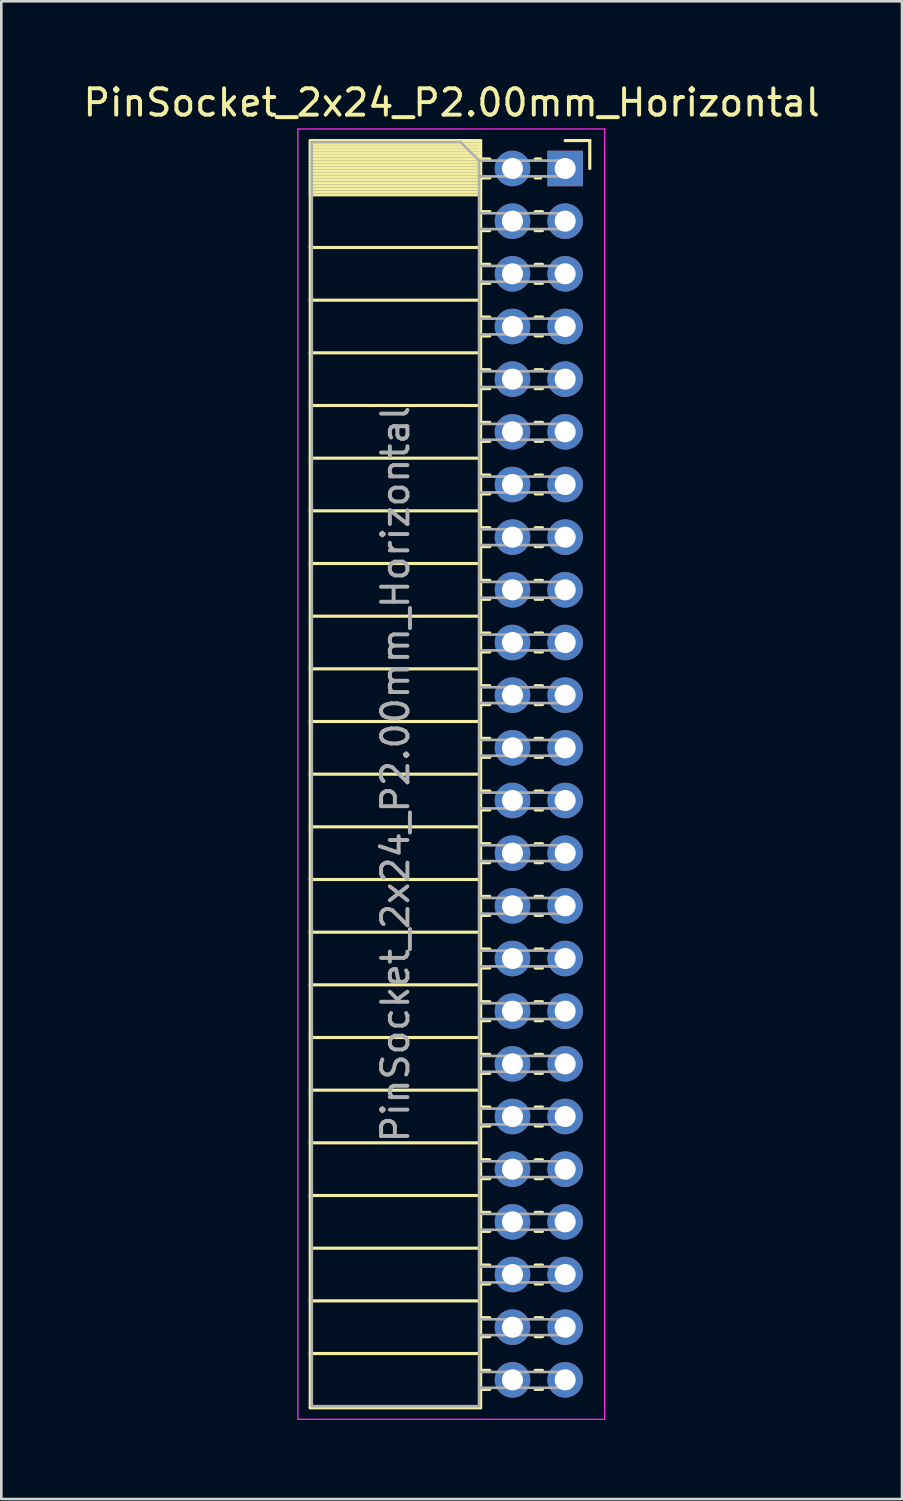
<source format=kicad_pcb>
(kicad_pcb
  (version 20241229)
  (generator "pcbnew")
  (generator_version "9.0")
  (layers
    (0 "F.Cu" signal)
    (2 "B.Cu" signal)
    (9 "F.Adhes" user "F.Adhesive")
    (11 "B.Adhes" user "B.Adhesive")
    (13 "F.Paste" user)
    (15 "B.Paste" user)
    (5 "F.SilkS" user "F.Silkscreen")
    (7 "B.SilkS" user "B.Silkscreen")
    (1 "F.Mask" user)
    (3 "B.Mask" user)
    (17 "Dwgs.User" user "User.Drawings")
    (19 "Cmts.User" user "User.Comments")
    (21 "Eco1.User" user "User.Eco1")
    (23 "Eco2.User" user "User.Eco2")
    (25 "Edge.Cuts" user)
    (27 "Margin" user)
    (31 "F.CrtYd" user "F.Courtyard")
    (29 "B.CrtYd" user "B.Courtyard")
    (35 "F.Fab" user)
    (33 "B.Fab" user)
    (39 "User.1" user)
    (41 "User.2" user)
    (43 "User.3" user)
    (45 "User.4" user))
  (footprint "PinSocket_2x24_P2.00mm_Horizontal"
    (layer "F.Cu")
    (at 18.411 3.348)
    (property "Reference" "PinSocket_2x24_P2.00mm_Horizontal" (at -4.31 -2.5 0) (layer "F.SilkS") (effects (font (size 1 1) (thickness 0.15))))
    (attr through_hole)
    (fp_line (start -9.68 -1.06) (end -9.68 47.06) (stroke (width 0.12) (type solid)) (layer "F.SilkS"))
    (fp_line (start -9.68 -1.06) (end -3.21 -1.06) (stroke (width 0.12) (type solid)) (layer "F.SilkS"))
    (fp_line (start -9.68 -0.94) (end -3.21 -0.94) (stroke (width 0.12) (type solid)) (layer "F.SilkS"))
    (fp_line (start -9.68 -0.826) (end -3.21 -0.826) (stroke (width 0.12) (type solid)) (layer "F.SilkS"))
    (fp_line (start -9.68 -0.712) (end -3.21 -0.712) (stroke (width 0.12) (type solid)) (layer "F.SilkS"))
    (fp_line (start -9.68 -0.598) (end -3.21 -0.598) (stroke (width 0.12) (type solid)) (layer "F.SilkS"))
    (fp_line (start -9.68 -0.484) (end -3.21 -0.484) (stroke (width 0.12) (type solid)) (layer "F.SilkS"))
    (fp_line (start -9.68 -0.369) (end -3.21 -0.369) (stroke (width 0.12) (type solid)) (layer "F.SilkS"))
    (fp_line (start -9.68 -0.255) (end -3.21 -0.255) (stroke (width 0.12) (type solid)) (layer "F.SilkS"))
    (fp_line (start -9.68 -0.141) (end -3.21 -0.141) (stroke (width 0.12) (type solid)) (layer "F.SilkS"))
    (fp_line (start -9.68 -0.027) (end -3.21 -0.027) (stroke (width 0.12) (type solid)) (layer "F.SilkS"))
    (fp_line (start -9.68 0.087) (end -3.21 0.087) (stroke (width 0.12) (type solid)) (layer "F.SilkS"))
    (fp_line (start -9.68 0.201) (end -3.21 0.201) (stroke (width 0.12) (type solid)) (layer "F.SilkS"))
    (fp_line (start -9.68 0.315) (end -3.21 0.315) (stroke (width 0.12) (type solid)) (layer "F.SilkS"))
    (fp_line (start -9.68 0.429) (end -3.21 0.429) (stroke (width 0.12) (type solid)) (layer "F.SilkS"))
    (fp_line (start -9.68 0.544) (end -3.21 0.544) (stroke (width 0.12) (type solid)) (layer "F.SilkS"))
    (fp_line (start -9.68 0.658) (end -3.21 0.658) (stroke (width 0.12) (type solid)) (layer "F.SilkS"))
    (fp_line (start -9.68 0.772) (end -3.21 0.772) (stroke (width 0.12) (type solid)) (layer "F.SilkS"))
    (fp_line (start -9.68 0.886) (end -3.21 0.886) (stroke (width 0.12) (type solid)) (layer "F.SilkS"))
    (fp_line (start -9.68 1) (end -3.21 1) (stroke (width 0.12) (type solid)) (layer "F.SilkS"))
    (fp_line (start -9.68 3) (end -3.21 3) (stroke (width 0.12) (type solid)) (layer "F.SilkS"))
    (fp_line (start -9.68 5) (end -3.21 5) (stroke (width 0.12) (type solid)) (layer "F.SilkS"))
    (fp_line (start -9.68 7) (end -3.21 7) (stroke (width 0.12) (type solid)) (layer "F.SilkS"))
    (fp_line (start -9.68 9) (end -3.21 9) (stroke (width 0.12) (type solid)) (layer "F.SilkS"))
    (fp_line (start -9.68 11) (end -3.21 11) (stroke (width 0.12) (type solid)) (layer "F.SilkS"))
    (fp_line (start -9.68 13) (end -3.21 13) (stroke (width 0.12) (type solid)) (layer "F.SilkS"))
    (fp_line (start -9.68 15) (end -3.21 15) (stroke (width 0.12) (type solid)) (layer "F.SilkS"))
    (fp_line (start -9.68 17) (end -3.21 17) (stroke (width 0.12) (type solid)) (layer "F.SilkS"))
    (fp_line (start -9.68 19) (end -3.21 19) (stroke (width 0.12) (type solid)) (layer "F.SilkS"))
    (fp_line (start -9.68 21) (end -3.21 21) (stroke (width 0.12) (type solid)) (layer "F.SilkS"))
    (fp_line (start -9.68 23) (end -3.21 23) (stroke (width 0.12) (type solid)) (layer "F.SilkS"))
    (fp_line (start -9.68 25) (end -3.21 25) (stroke (width 0.12) (type solid)) (layer "F.SilkS"))
    (fp_line (start -9.68 27) (end -3.21 27) (stroke (width 0.12) (type solid)) (layer "F.SilkS"))
    (fp_line (start -9.68 29) (end -3.21 29) (stroke (width 0.12) (type solid)) (layer "F.SilkS"))
    (fp_line (start -9.68 31) (end -3.21 31) (stroke (width 0.12) (type solid)) (layer "F.SilkS"))
    (fp_line (start -9.68 33) (end -3.21 33) (stroke (width 0.12) (type solid)) (layer "F.SilkS"))
    (fp_line (start -9.68 35) (end -3.21 35) (stroke (width 0.12) (type solid)) (layer "F.SilkS"))
    (fp_line (start -9.68 37) (end -3.21 37) (stroke (width 0.12) (type solid)) (layer "F.SilkS"))
    (fp_line (start -9.68 39) (end -3.21 39) (stroke (width 0.12) (type solid)) (layer "F.SilkS"))
    (fp_line (start -9.68 41) (end -3.21 41) (stroke (width 0.12) (type solid)) (layer "F.SilkS"))
    (fp_line (start -9.68 43) (end -3.21 43) (stroke (width 0.12) (type solid)) (layer "F.SilkS"))
    (fp_line (start -9.68 45) (end -3.21 45) (stroke (width 0.12) (type solid)) (layer "F.SilkS"))
    (fp_line (start -9.68 47.06) (end -3.21 47.06) (stroke (width 0.12) (type solid)) (layer "F.SilkS"))
    (fp_line (start -3.21 -1.06) (end -3.21 47.06) (stroke (width 0.12) (type solid)) (layer "F.SilkS"))
    (fp_line (start -3.21 -0.36) (end -2.863 -0.36) (stroke (width 0.12) (type solid)) (layer "F.SilkS"))
    (fp_line (start -3.21 0.36) (end -2.863 0.36) (stroke (width 0.12) (type solid)) (layer "F.SilkS"))
    (fp_line (start -3.21 1.64) (end -2.863 1.64) (stroke (width 0.12) (type solid)) (layer "F.SilkS"))
    (fp_line (start -3.21 2.36) (end -2.863 2.36) (stroke (width 0.12) (type solid)) (layer "F.SilkS"))
    (fp_line (start -3.21 3.64) (end -2.863 3.64) (stroke (width 0.12) (type solid)) (layer "F.SilkS"))
    (fp_line (start -3.21 4.36) (end -2.863 4.36) (stroke (width 0.12) (type solid)) (layer "F.SilkS"))
    (fp_line (start -3.21 5.64) (end -2.863 5.64) (stroke (width 0.12) (type solid)) (layer "F.SilkS"))
    (fp_line (start -3.21 6.36) (end -2.863 6.36) (stroke (width 0.12) (type solid)) (layer "F.SilkS"))
    (fp_line (start -3.21 7.64) (end -2.863 7.64) (stroke (width 0.12) (type solid)) (layer "F.SilkS"))
    (fp_line (start -3.21 8.36) (end -2.863 8.36) (stroke (width 0.12) (type solid)) (layer "F.SilkS"))
    (fp_line (start -3.21 9.64) (end -2.863 9.64) (stroke (width 0.12) (type solid)) (layer "F.SilkS"))
    (fp_line (start -3.21 10.36) (end -2.863 10.36) (stroke (width 0.12) (type solid)) (layer "F.SilkS"))
    (fp_line (start -3.21 11.64) (end -2.863 11.64) (stroke (width 0.12) (type solid)) (layer "F.SilkS"))
    (fp_line (start -3.21 12.36) (end -2.863 12.36) (stroke (width 0.12) (type solid)) (layer "F.SilkS"))
    (fp_line (start -3.21 13.64) (end -2.863 13.64) (stroke (width 0.12) (type solid)) (layer "F.SilkS"))
    (fp_line (start -3.21 14.36) (end -2.863 14.36) (stroke (width 0.12) (type solid)) (layer "F.SilkS"))
    (fp_line (start -3.21 15.64) (end -2.863 15.64) (stroke (width 0.12) (type solid)) (layer "F.SilkS"))
    (fp_line (start -3.21 16.36) (end -2.863 16.36) (stroke (width 0.12) (type solid)) (layer "F.SilkS"))
    (fp_line (start -3.21 17.64) (end -2.863 17.64) (stroke (width 0.12) (type solid)) (layer "F.SilkS"))
    (fp_line (start -3.21 18.36) (end -2.863 18.36) (stroke (width 0.12) (type solid)) (layer "F.SilkS"))
    (fp_line (start -3.21 19.64) (end -2.863 19.64) (stroke (width 0.12) (type solid)) (layer "F.SilkS"))
    (fp_line (start -3.21 20.36) (end -2.863 20.36) (stroke (width 0.12) (type solid)) (layer "F.SilkS"))
    (fp_line (start -3.21 21.64) (end -2.863 21.64) (stroke (width 0.12) (type solid)) (layer "F.SilkS"))
    (fp_line (start -3.21 22.36) (end -2.863 22.36) (stroke (width 0.12) (type solid)) (layer "F.SilkS"))
    (fp_line (start -3.21 23.64) (end -2.863 23.64) (stroke (width 0.12) (type solid)) (layer "F.SilkS"))
    (fp_line (start -3.21 24.36) (end -2.863 24.36) (stroke (width 0.12) (type solid)) (layer "F.SilkS"))
    (fp_line (start -3.21 25.64) (end -2.863 25.64) (stroke (width 0.12) (type solid)) (layer "F.SilkS"))
    (fp_line (start -3.21 26.36) (end -2.863 26.36) (stroke (width 0.12) (type solid)) (layer "F.SilkS"))
    (fp_line (start -3.21 27.64) (end -2.863 27.64) (stroke (width 0.12) (type solid)) (layer "F.SilkS"))
    (fp_line (start -3.21 28.36) (end -2.863 28.36) (stroke (width 0.12) (type solid)) (layer "F.SilkS"))
    (fp_line (start -3.21 29.64) (end -2.863 29.64) (stroke (width 0.12) (type solid)) (layer "F.SilkS"))
    (fp_line (start -3.21 30.36) (end -2.863 30.36) (stroke (width 0.12) (type solid)) (layer "F.SilkS"))
    (fp_line (start -3.21 31.64) (end -2.863 31.64) (stroke (width 0.12) (type solid)) (layer "F.SilkS"))
    (fp_line (start -3.21 32.36) (end -2.863 32.36) (stroke (width 0.12) (type solid)) (layer "F.SilkS"))
    (fp_line (start -3.21 33.64) (end -2.863 33.64) (stroke (width 0.12) (type solid)) (layer "F.SilkS"))
    (fp_line (start -3.21 34.36) (end -2.863 34.36) (stroke (width 0.12) (type solid)) (layer "F.SilkS"))
    (fp_line (start -3.21 35.64) (end -2.863 35.64) (stroke (width 0.12) (type solid)) (layer "F.SilkS"))
    (fp_line (start -3.21 36.36) (end -2.863 36.36) (stroke (width 0.12) (type solid)) (layer "F.SilkS"))
    (fp_line (start -3.21 37.64) (end -2.863 37.64) (stroke (width 0.12) (type solid)) (layer "F.SilkS"))
    (fp_line (start -3.21 38.36) (end -2.863 38.36) (stroke (width 0.12) (type solid)) (layer "F.SilkS"))
    (fp_line (start -3.21 39.64) (end -2.863 39.64) (stroke (width 0.12) (type solid)) (layer "F.SilkS"))
    (fp_line (start -3.21 40.36) (end -2.863 40.36) (stroke (width 0.12) (type solid)) (layer "F.SilkS"))
    (fp_line (start -3.21 41.64) (end -2.863 41.64) (stroke (width 0.12) (type solid)) (layer "F.SilkS"))
    (fp_line (start -3.21 42.36) (end -2.863 42.36) (stroke (width 0.12) (type solid)) (layer "F.SilkS"))
    (fp_line (start -3.21 43.64) (end -2.863 43.64) (stroke (width 0.12) (type solid)) (layer "F.SilkS"))
    (fp_line (start -3.21 44.36) (end -2.863 44.36) (stroke (width 0.12) (type solid)) (layer "F.SilkS"))
    (fp_line (start -3.21 45.64) (end -2.863 45.64) (stroke (width 0.12) (type solid)) (layer "F.SilkS"))
    (fp_line (start -3.21 46.36) (end -2.863 46.36) (stroke (width 0.12) (type solid)) (layer "F.SilkS"))
    (fp_line (start -1.137 -0.36) (end -0.935 -0.36) (stroke (width 0.12) (type solid)) (layer "F.SilkS"))
    (fp_line (start -1.137 0.36) (end -0.935 0.36) (stroke (width 0.12) (type solid)) (layer "F.SilkS"))
    (fp_line (start -1.137 1.64) (end -0.863 1.64) (stroke (width 0.12) (type solid)) (layer "F.SilkS"))
    (fp_line (start -1.137 2.36) (end -0.863 2.36) (stroke (width 0.12) (type solid)) (layer "F.SilkS"))
    (fp_line (start -1.137 3.64) (end -0.863 3.64) (stroke (width 0.12) (type solid)) (layer "F.SilkS"))
    (fp_line (start -1.137 4.36) (end -0.863 4.36) (stroke (width 0.12) (type solid)) (layer "F.SilkS"))
    (fp_line (start -1.137 5.64) (end -0.863 5.64) (stroke (width 0.12) (type solid)) (layer "F.SilkS"))
    (fp_line (start -1.137 6.36) (end -0.863 6.36) (stroke (width 0.12) (type solid)) (layer "F.SilkS"))
    (fp_line (start -1.137 7.64) (end -0.863 7.64) (stroke (width 0.12) (type solid)) (layer "F.SilkS"))
    (fp_line (start -1.137 8.36) (end -0.863 8.36) (stroke (width 0.12) (type solid)) (layer "F.SilkS"))
    (fp_line (start -1.137 9.64) (end -0.863 9.64) (stroke (width 0.12) (type solid)) (layer "F.SilkS"))
    (fp_line (start -1.137 10.36) (end -0.863 10.36) (stroke (width 0.12) (type solid)) (layer "F.SilkS"))
    (fp_line (start -1.137 11.64) (end -0.863 11.64) (stroke (width 0.12) (type solid)) (layer "F.SilkS"))
    (fp_line (start -1.137 12.36) (end -0.863 12.36) (stroke (width 0.12) (type solid)) (layer "F.SilkS"))
    (fp_line (start -1.137 13.64) (end -0.863 13.64) (stroke (width 0.12) (type solid)) (layer "F.SilkS"))
    (fp_line (start -1.137 14.36) (end -0.863 14.36) (stroke (width 0.12) (type solid)) (layer "F.SilkS"))
    (fp_line (start -1.137 15.64) (end -0.863 15.64) (stroke (width 0.12) (type solid)) (layer "F.SilkS"))
    (fp_line (start -1.137 16.36) (end -0.863 16.36) (stroke (width 0.12) (type solid)) (layer "F.SilkS"))
    (fp_line (start -1.137 17.64) (end -0.863 17.64) (stroke (width 0.12) (type solid)) (layer "F.SilkS"))
    (fp_line (start -1.137 18.36) (end -0.863 18.36) (stroke (width 0.12) (type solid)) (layer "F.SilkS"))
    (fp_line (start -1.137 19.64) (end -0.863 19.64) (stroke (width 0.12) (type solid)) (layer "F.SilkS"))
    (fp_line (start -1.137 20.36) (end -0.863 20.36) (stroke (width 0.12) (type solid)) (layer "F.SilkS"))
    (fp_line (start -1.137 21.64) (end -0.863 21.64) (stroke (width 0.12) (type solid)) (layer "F.SilkS"))
    (fp_line (start -1.137 22.36) (end -0.863 22.36) (stroke (width 0.12) (type solid)) (layer "F.SilkS"))
    (fp_line (start -1.137 23.64) (end -0.863 23.64) (stroke (width 0.12) (type solid)) (layer "F.SilkS"))
    (fp_line (start -1.137 24.36) (end -0.863 24.36) (stroke (width 0.12) (type solid)) (layer "F.SilkS"))
    (fp_line (start -1.137 25.64) (end -0.863 25.64) (stroke (width 0.12) (type solid)) (layer "F.SilkS"))
    (fp_line (start -1.137 26.36) (end -0.863 26.36) (stroke (width 0.12) (type solid)) (layer "F.SilkS"))
    (fp_line (start -1.137 27.64) (end -0.863 27.64) (stroke (width 0.12) (type solid)) (layer "F.SilkS"))
    (fp_line (start -1.137 28.36) (end -0.863 28.36) (stroke (width 0.12) (type solid)) (layer "F.SilkS"))
    (fp_line (start -1.137 29.64) (end -0.863 29.64) (stroke (width 0.12) (type solid)) (layer "F.SilkS"))
    (fp_line (start -1.137 30.36) (end -0.863 30.36) (stroke (width 0.12) (type solid)) (layer "F.SilkS"))
    (fp_line (start -1.137 31.64) (end -0.863 31.64) (stroke (width 0.12) (type solid)) (layer "F.SilkS"))
    (fp_line (start -1.137 32.36) (end -0.863 32.36) (stroke (width 0.12) (type solid)) (layer "F.SilkS"))
    (fp_line (start -1.137 33.64) (end -0.863 33.64) (stroke (width 0.12) (type solid)) (layer "F.SilkS"))
    (fp_line (start -1.137 34.36) (end -0.863 34.36) (stroke (width 0.12) (type solid)) (layer "F.SilkS"))
    (fp_line (start -1.137 35.64) (end -0.863 35.64) (stroke (width 0.12) (type solid)) (layer "F.SilkS"))
    (fp_line (start -1.137 36.36) (end -0.863 36.36) (stroke (width 0.12) (type solid)) (layer "F.SilkS"))
    (fp_line (start -1.137 37.64) (end -0.863 37.64) (stroke (width 0.12) (type solid)) (layer "F.SilkS"))
    (fp_line (start -1.137 38.36) (end -0.863 38.36) (stroke (width 0.12) (type solid)) (layer "F.SilkS"))
    (fp_line (start -1.137 39.64) (end -0.863 39.64) (stroke (width 0.12) (type solid)) (layer "F.SilkS"))
    (fp_line (start -1.137 40.36) (end -0.863 40.36) (stroke (width 0.12) (type solid)) (layer "F.SilkS"))
    (fp_line (start -1.137 41.64) (end -0.863 41.64) (stroke (width 0.12) (type solid)) (layer "F.SilkS"))
    (fp_line (start -1.137 42.36) (end -0.863 42.36) (stroke (width 0.12) (type solid)) (layer "F.SilkS"))
    (fp_line (start -1.137 43.64) (end -0.863 43.64) (stroke (width 0.12) (type solid)) (layer "F.SilkS"))
    (fp_line (start -1.137 44.36) (end -0.863 44.36) (stroke (width 0.12) (type solid)) (layer "F.SilkS"))
    (fp_line (start -1.137 45.64) (end -0.863 45.64) (stroke (width 0.12) (type solid)) (layer "F.SilkS"))
    (fp_line (start -1.137 46.36) (end -0.863 46.36) (stroke (width 0.12) (type solid)) (layer "F.SilkS"))
    (fp_line (start 0 -1.06) (end 0.935 -1.06) (stroke (width 0.12) (type solid)) (layer "F.SilkS"))
    (fp_line (start 0.935 -1.06) (end 0.935 0) (stroke (width 0.12) (type solid)) (layer "F.SilkS"))
    (fp_line (start -10.15 -1.5) (end -10.15 47.5) (stroke (width 0.05) (type solid)) (layer "F.CrtYd"))
    (fp_line (start -10.15 47.5) (end 1.5 47.5) (stroke (width 0.05) (type solid)) (layer "F.CrtYd"))
    (fp_line (start 1.5 -1.5) (end -10.15 -1.5) (stroke (width 0.05) (type solid)) (layer "F.CrtYd"))
    (fp_line (start 1.5 47.5) (end 1.5 -1.5) (stroke (width 0.05) (type solid)) (layer "F.CrtYd"))
    (fp_line (start -9.62 -1) (end -3.97 -1) (stroke (width 0.1) (type solid)) (layer "F.Fab"))
    (fp_line (start -9.62 47) (end -9.62 -1) (stroke (width 0.1) (type solid)) (layer "F.Fab"))
    (fp_line (start -3.97 -1) (end -3.27 -0.3) (stroke (width 0.1) (type solid)) (layer "F.Fab"))
    (fp_line (start -3.27 -0.3) (end -3.27 47) (stroke (width 0.1) (type solid)) (layer "F.Fab"))
    (fp_line (start -3.27 0.3) (end 0 0.3) (stroke (width 0.1) (type solid)) (layer "F.Fab"))
    (fp_line (start -3.27 2.3) (end 0 2.3) (stroke (width 0.1) (type solid)) (layer "F.Fab"))
    (fp_line (start -3.27 4.3) (end 0 4.3) (stroke (width 0.1) (type solid)) (layer "F.Fab"))
    (fp_line (start -3.27 6.3) (end 0 6.3) (stroke (width 0.1) (type solid)) (layer "F.Fab"))
    (fp_line (start -3.27 8.3) (end 0 8.3) (stroke (width 0.1) (type solid)) (layer "F.Fab"))
    (fp_line (start -3.27 10.3) (end 0 10.3) (stroke (width 0.1) (type solid)) (layer "F.Fab"))
    (fp_line (start -3.27 12.3) (end 0 12.3) (stroke (width 0.1) (type solid)) (layer "F.Fab"))
    (fp_line (start -3.27 14.3) (end 0 14.3) (stroke (width 0.1) (type solid)) (layer "F.Fab"))
    (fp_line (start -3.27 16.3) (end 0 16.3) (stroke (width 0.1) (type solid)) (layer "F.Fab"))
    (fp_line (start -3.27 18.3) (end 0 18.3) (stroke (width 0.1) (type solid)) (layer "F.Fab"))
    (fp_line (start -3.27 20.3) (end 0 20.3) (stroke (width 0.1) (type solid)) (layer "F.Fab"))
    (fp_line (start -3.27 22.3) (end 0 22.3) (stroke (width 0.1) (type solid)) (layer "F.Fab"))
    (fp_line (start -3.27 24.3) (end 0 24.3) (stroke (width 0.1) (type solid)) (layer "F.Fab"))
    (fp_line (start -3.27 26.3) (end 0 26.3) (stroke (width 0.1) (type solid)) (layer "F.Fab"))
    (fp_line (start -3.27 28.3) (end 0 28.3) (stroke (width 0.1) (type solid)) (layer "F.Fab"))
    (fp_line (start -3.27 30.3) (end 0 30.3) (stroke (width 0.1) (type solid)) (layer "F.Fab"))
    (fp_line (start -3.27 32.3) (end 0 32.3) (stroke (width 0.1) (type solid)) (layer "F.Fab"))
    (fp_line (start -3.27 34.3) (end 0 34.3) (stroke (width 0.1) (type solid)) (layer "F.Fab"))
    (fp_line (start -3.27 36.3) (end 0 36.3) (stroke (width 0.1) (type solid)) (layer "F.Fab"))
    (fp_line (start -3.27 38.3) (end 0 38.3) (stroke (width 0.1) (type solid)) (layer "F.Fab"))
    (fp_line (start -3.27 40.3) (end 0 40.3) (stroke (width 0.1) (type solid)) (layer "F.Fab"))
    (fp_line (start -3.27 42.3) (end 0 42.3) (stroke (width 0.1) (type solid)) (layer "F.Fab"))
    (fp_line (start -3.27 44.3) (end 0 44.3) (stroke (width 0.1) (type solid)) (layer "F.Fab"))
    (fp_line (start -3.27 46.3) (end 0 46.3) (stroke (width 0.1) (type solid)) (layer "F.Fab"))
    (fp_line (start -3.27 47) (end -9.62 47) (stroke (width 0.1) (type solid)) (layer "F.Fab"))
    (fp_line (start 0 -0.3) (end -3.27 -0.3) (stroke (width 0.1) (type solid)) (layer "F.Fab"))
    (fp_line (start 0 0.3) (end 0 -0.3) (stroke (width 0.1) (type solid)) (layer "F.Fab"))
    (fp_line (start 0 1.7) (end -3.27 1.7) (stroke (width 0.1) (type solid)) (layer "F.Fab"))
    (fp_line (start 0 2.3) (end 0 1.7) (stroke (width 0.1) (type solid)) (layer "F.Fab"))
    (fp_line (start 0 3.7) (end -3.27 3.7) (stroke (width 0.1) (type solid)) (layer "F.Fab"))
    (fp_line (start 0 4.3) (end 0 3.7) (stroke (width 0.1) (type solid)) (layer "F.Fab"))
    (fp_line (start 0 5.7) (end -3.27 5.7) (stroke (width 0.1) (type solid)) (layer "F.Fab"))
    (fp_line (start 0 6.3) (end 0 5.7) (stroke (width 0.1) (type solid)) (layer "F.Fab"))
    (fp_line (start 0 7.7) (end -3.27 7.7) (stroke (width 0.1) (type solid)) (layer "F.Fab"))
    (fp_line (start 0 8.3) (end 0 7.7) (stroke (width 0.1) (type solid)) (layer "F.Fab"))
    (fp_line (start 0 9.7) (end -3.27 9.7) (stroke (width 0.1) (type solid)) (layer "F.Fab"))
    (fp_line (start 0 10.3) (end 0 9.7) (stroke (width 0.1) (type solid)) (layer "F.Fab"))
    (fp_line (start 0 11.7) (end -3.27 11.7) (stroke (width 0.1) (type solid)) (layer "F.Fab"))
    (fp_line (start 0 12.3) (end 0 11.7) (stroke (width 0.1) (type solid)) (layer "F.Fab"))
    (fp_line (start 0 13.7) (end -3.27 13.7) (stroke (width 0.1) (type solid)) (layer "F.Fab"))
    (fp_line (start 0 14.3) (end 0 13.7) (stroke (width 0.1) (type solid)) (layer "F.Fab"))
    (fp_line (start 0 15.7) (end -3.27 15.7) (stroke (width 0.1) (type solid)) (layer "F.Fab"))
    (fp_line (start 0 16.3) (end 0 15.7) (stroke (width 0.1) (type solid)) (layer "F.Fab"))
    (fp_line (start 0 17.7) (end -3.27 17.7) (stroke (width 0.1) (type solid)) (layer "F.Fab"))
    (fp_line (start 0 18.3) (end 0 17.7) (stroke (width 0.1) (type solid)) (layer "F.Fab"))
    (fp_line (start 0 19.7) (end -3.27 19.7) (stroke (width 0.1) (type solid)) (layer "F.Fab"))
    (fp_line (start 0 20.3) (end 0 19.7) (stroke (width 0.1) (type solid)) (layer "F.Fab"))
    (fp_line (start 0 21.7) (end -3.27 21.7) (stroke (width 0.1) (type solid)) (layer "F.Fab"))
    (fp_line (start 0 22.3) (end 0 21.7) (stroke (width 0.1) (type solid)) (layer "F.Fab"))
    (fp_line (start 0 23.7) (end -3.27 23.7) (stroke (width 0.1) (type solid)) (layer "F.Fab"))
    (fp_line (start 0 24.3) (end 0 23.7) (stroke (width 0.1) (type solid)) (layer "F.Fab"))
    (fp_line (start 0 25.7) (end -3.27 25.7) (stroke (width 0.1) (type solid)) (layer "F.Fab"))
    (fp_line (start 0 26.3) (end 0 25.7) (stroke (width 0.1) (type solid)) (layer "F.Fab"))
    (fp_line (start 0 27.7) (end -3.27 27.7) (stroke (width 0.1) (type solid)) (layer "F.Fab"))
    (fp_line (start 0 28.3) (end 0 27.7) (stroke (width 0.1) (type solid)) (layer "F.Fab"))
    (fp_line (start 0 29.7) (end -3.27 29.7) (stroke (width 0.1) (type solid)) (layer "F.Fab"))
    (fp_line (start 0 30.3) (end 0 29.7) (stroke (width 0.1) (type solid)) (layer "F.Fab"))
    (fp_line (start 0 31.7) (end -3.27 31.7) (stroke (width 0.1) (type solid)) (layer "F.Fab"))
    (fp_line (start 0 32.3) (end 0 31.7) (stroke (width 0.1) (type solid)) (layer "F.Fab"))
    (fp_line (start 0 33.7) (end -3.27 33.7) (stroke (width 0.1) (type solid)) (layer "F.Fab"))
    (fp_line (start 0 34.3) (end 0 33.7) (stroke (width 0.1) (type solid)) (layer "F.Fab"))
    (fp_line (start 0 35.7) (end -3.27 35.7) (stroke (width 0.1) (type solid)) (layer "F.Fab"))
    (fp_line (start 0 36.3) (end 0 35.7) (stroke (width 0.1) (type solid)) (layer "F.Fab"))
    (fp_line (start 0 37.7) (end -3.27 37.7) (stroke (width 0.1) (type solid)) (layer "F.Fab"))
    (fp_line (start 0 38.3) (end 0 37.7) (stroke (width 0.1) (type solid)) (layer "F.Fab"))
    (fp_line (start 0 39.7) (end -3.27 39.7) (stroke (width 0.1) (type solid)) (layer "F.Fab"))
    (fp_line (start 0 40.3) (end 0 39.7) (stroke (width 0.1) (type solid)) (layer "F.Fab"))
    (fp_line (start 0 41.7) (end -3.27 41.7) (stroke (width 0.1) (type solid)) (layer "F.Fab"))
    (fp_line (start 0 42.3) (end 0 41.7) (stroke (width 0.1) (type solid)) (layer "F.Fab"))
    (fp_line (start 0 43.7) (end -3.27 43.7) (stroke (width 0.1) (type solid)) (layer "F.Fab"))
    (fp_line (start 0 44.3) (end 0 43.7) (stroke (width 0.1) (type solid)) (layer "F.Fab"))
    (fp_line (start 0 45.7) (end -3.27 45.7) (stroke (width 0.1) (type solid)) (layer "F.Fab"))
    (fp_line (start 0 46.3) (end 0 45.7) (stroke (width 0.1) (type solid)) (layer "F.Fab"))
    (fp_text user "${REFERENCE}" (at -6.445 23 90) (layer "F.Fab") (effects (font (size 1 1) (thickness 0.15))))
    (pad "1" thru_hole rect (at 0 0) (size 1.35 1.35) (drill 0.8) (layers "*.Cu" "*.Mask"))
    (pad "2" thru_hole oval (at -2 0) (size 1.35 1.35) (drill 0.8) (layers "*.Cu" "*.Mask"))
    (pad "3" thru_hole oval (at 0 2) (size 1.35 1.35) (drill 0.8) (layers "*.Cu" "*.Mask"))
    (pad "4" thru_hole oval (at -2 2) (size 1.35 1.35) (drill 0.8) (layers "*.Cu" "*.Mask"))
    (pad "5" thru_hole oval (at 0 4) (size 1.35 1.35) (drill 0.8) (layers "*.Cu" "*.Mask"))
    (pad "6" thru_hole oval (at -2 4) (size 1.35 1.35) (drill 0.8) (layers "*.Cu" "*.Mask"))
    (pad "7" thru_hole oval (at 0 6) (size 1.35 1.35) (drill 0.8) (layers "*.Cu" "*.Mask"))
    (pad "8" thru_hole oval (at -2 6) (size 1.35 1.35) (drill 0.8) (layers "*.Cu" "*.Mask"))
    (pad "9" thru_hole oval (at 0 8) (size 1.35 1.35) (drill 0.8) (layers "*.Cu" "*.Mask"))
    (pad "10" thru_hole oval (at -2 8) (size 1.35 1.35) (drill 0.8) (layers "*.Cu" "*.Mask"))
    (pad "11" thru_hole oval (at 0 10) (size 1.35 1.35) (drill 0.8) (layers "*.Cu" "*.Mask"))
    (pad "12" thru_hole oval (at -2 10) (size 1.35 1.35) (drill 0.8) (layers "*.Cu" "*.Mask"))
    (pad "13" thru_hole oval (at 0 12) (size 1.35 1.35) (drill 0.8) (layers "*.Cu" "*.Mask"))
    (pad "14" thru_hole oval (at -2 12) (size 1.35 1.35) (drill 0.8) (layers "*.Cu" "*.Mask"))
    (pad "15" thru_hole oval (at 0 14) (size 1.35 1.35) (drill 0.8) (layers "*.Cu" "*.Mask"))
    (pad "16" thru_hole oval (at -2 14) (size 1.35 1.35) (drill 0.8) (layers "*.Cu" "*.Mask"))
    (pad "17" thru_hole oval (at 0 16) (size 1.35 1.35) (drill 0.8) (layers "*.Cu" "*.Mask"))
    (pad "18" thru_hole oval (at -2 16) (size 1.35 1.35) (drill 0.8) (layers "*.Cu" "*.Mask"))
    (pad "19" thru_hole oval (at 0 18) (size 1.35 1.35) (drill 0.8) (layers "*.Cu" "*.Mask"))
    (pad "20" thru_hole oval (at -2 18) (size 1.35 1.35) (drill 0.8) (layers "*.Cu" "*.Mask"))
    (pad "21" thru_hole oval (at 0 20) (size 1.35 1.35) (drill 0.8) (layers "*.Cu" "*.Mask"))
    (pad "22" thru_hole oval (at -2 20) (size 1.35 1.35) (drill 0.8) (layers "*.Cu" "*.Mask"))
    (pad "23" thru_hole oval (at 0 22) (size 1.35 1.35) (drill 0.8) (layers "*.Cu" "*.Mask"))
    (pad "24" thru_hole oval (at -2 22) (size 1.35 1.35) (drill 0.8) (layers "*.Cu" "*.Mask"))
    (pad "25" thru_hole oval (at 0 24) (size 1.35 1.35) (drill 0.8) (layers "*.Cu" "*.Mask"))
    (pad "26" thru_hole oval (at -2 24) (size 1.35 1.35) (drill 0.8) (layers "*.Cu" "*.Mask"))
    (pad "27" thru_hole oval (at 0 26) (size 1.35 1.35) (drill 0.8) (layers "*.Cu" "*.Mask"))
    (pad "28" thru_hole oval (at -2 26) (size 1.35 1.35) (drill 0.8) (layers "*.Cu" "*.Mask"))
    (pad "29" thru_hole oval (at 0 28) (size 1.35 1.35) (drill 0.8) (layers "*.Cu" "*.Mask"))
    (pad "30" thru_hole oval (at -2 28) (size 1.35 1.35) (drill 0.8) (layers "*.Cu" "*.Mask"))
    (pad "31" thru_hole oval (at 0 30) (size 1.35 1.35) (drill 0.8) (layers "*.Cu" "*.Mask"))
    (pad "32" thru_hole oval (at -2 30) (size 1.35 1.35) (drill 0.8) (layers "*.Cu" "*.Mask"))
    (pad "33" thru_hole oval (at 0 32) (size 1.35 1.35) (drill 0.8) (layers "*.Cu" "*.Mask"))
    (pad "34" thru_hole oval (at -2 32) (size 1.35 1.35) (drill 0.8) (layers "*.Cu" "*.Mask"))
    (pad "35" thru_hole oval (at 0 34) (size 1.35 1.35) (drill 0.8) (layers "*.Cu" "*.Mask"))
    (pad "36" thru_hole oval (at -2 34) (size 1.35 1.35) (drill 0.8) (layers "*.Cu" "*.Mask"))
    (pad "37" thru_hole oval (at 0 36) (size 1.35 1.35) (drill 0.8) (layers "*.Cu" "*.Mask"))
    (pad "38" thru_hole oval (at -2 36) (size 1.35 1.35) (drill 0.8) (layers "*.Cu" "*.Mask"))
    (pad "39" thru_hole oval (at 0 38) (size 1.35 1.35) (drill 0.8) (layers "*.Cu" "*.Mask"))
    (pad "40" thru_hole oval (at -2 38) (size 1.35 1.35) (drill 0.8) (layers "*.Cu" "*.Mask"))
    (pad "41" thru_hole oval (at 0 40) (size 1.35 1.35) (drill 0.8) (layers "*.Cu" "*.Mask"))
    (pad "42" thru_hole oval (at -2 40) (size 1.35 1.35) (drill 0.8) (layers "*.Cu" "*.Mask"))
    (pad "43" thru_hole oval (at 0 42) (size 1.35 1.35) (drill 0.8) (layers "*.Cu" "*.Mask"))
    (pad "44" thru_hole oval (at -2 42) (size 1.35 1.35) (drill 0.8) (layers "*.Cu" "*.Mask"))
    (pad "45" thru_hole oval (at 0 44) (size 1.35 1.35) (drill 0.8) (layers "*.Cu" "*.Mask"))
    (pad "46" thru_hole oval (at -2 44) (size 1.35 1.35) (drill 0.8) (layers "*.Cu" "*.Mask"))
    (pad "47" thru_hole oval (at 0 46) (size 1.35 1.35) (drill 0.8) (layers "*.Cu" "*.Mask"))
    (pad "48" thru_hole oval (at -2 46) (size 1.35 1.35) (drill 0.8) (layers "*.Cu" "*.Mask")))
  (gr_rect
    (start -3 -3)
    (end 31.202 53.873)
    (stroke (width 0.1) (type default))
    (fill no)
    (layer "Edge.Cuts")))
</source>
